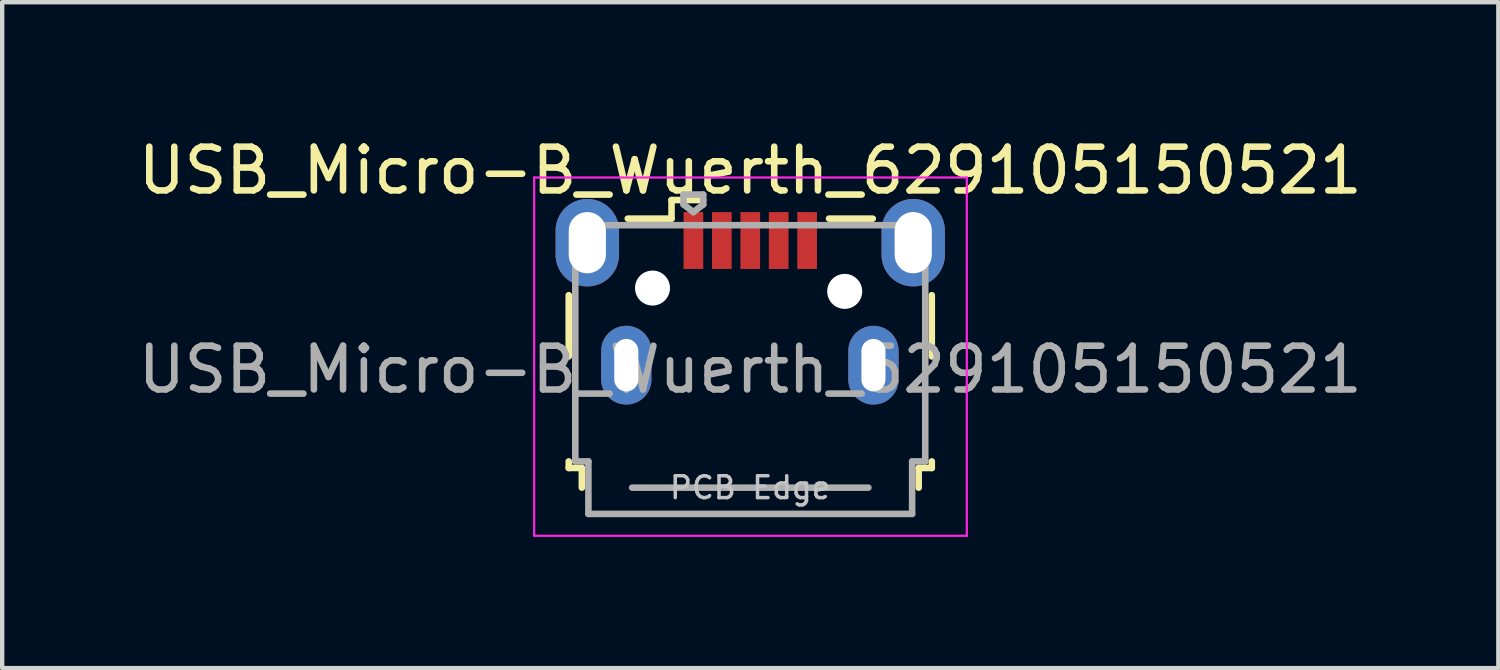
<source format=kicad_pcb>
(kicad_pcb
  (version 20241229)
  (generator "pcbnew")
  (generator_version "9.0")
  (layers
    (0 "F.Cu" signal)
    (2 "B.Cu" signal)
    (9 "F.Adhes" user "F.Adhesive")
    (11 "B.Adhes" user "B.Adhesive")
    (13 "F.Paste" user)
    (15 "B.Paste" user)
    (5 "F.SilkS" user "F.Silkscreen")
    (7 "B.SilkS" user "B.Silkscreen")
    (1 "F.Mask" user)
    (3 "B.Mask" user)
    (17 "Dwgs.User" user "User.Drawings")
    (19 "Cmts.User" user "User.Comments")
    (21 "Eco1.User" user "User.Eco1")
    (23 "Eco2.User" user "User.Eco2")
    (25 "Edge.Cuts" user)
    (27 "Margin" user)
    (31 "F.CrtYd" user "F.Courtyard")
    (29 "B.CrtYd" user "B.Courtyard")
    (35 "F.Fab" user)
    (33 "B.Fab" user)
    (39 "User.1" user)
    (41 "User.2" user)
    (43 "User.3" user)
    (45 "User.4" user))
  (footprint "USB_Micro-B_Wuerth_629105150521"
    (layer "F.Cu")
    (at 14.101 4.348)
    (property "Reference" "USB_Micro-B_Wuerth_629105150521" (at 0 -3.5 0) (layer "F.SilkS") (effects (font (size 1 1) (thickness 0.15))))
    (attr smd)
    (fp_line (start -4.15 -0.65) (end -4.15 0.75) (stroke (width 0.15) (type solid)) (layer "F.SilkS"))
    (fp_line (start -4.15 3.15) (end -4.15 3.3) (stroke (width 0.15) (type solid)) (layer "F.SilkS"))
    (fp_line (start -4.15 3.3) (end -3.85 3.3) (stroke (width 0.15) (type solid)) (layer "F.SilkS"))
    (fp_line (start -3.85 3.3) (end -3.85 3.75) (stroke (width 0.15) (type solid)) (layer "F.SilkS"))
    (fp_line (start -1.8 -2.825) (end -1.8 -2.4) (stroke (width 0.15) (type solid)) (layer "F.SilkS"))
    (fp_line (start -1.8 -2.4) (end -2.8 -2.4) (stroke (width 0.15) (type solid)) (layer "F.SilkS"))
    (fp_line (start -1.075 -2.825) (end -1.8 -2.825) (stroke (width 0.15) (type solid)) (layer "F.SilkS"))
    (fp_line (start 1.8 -2.4) (end 2.8 -2.4) (stroke (width 0.15) (type solid)) (layer "F.SilkS"))
    (fp_line (start 3.85 3.3) (end 4.15 3.3) (stroke (width 0.15) (type solid)) (layer "F.SilkS"))
    (fp_line (start 3.85 3.75) (end 3.85 3.3) (stroke (width 0.15) (type solid)) (layer "F.SilkS"))
    (fp_line (start 4.15 0.75) (end 4.15 -0.65) (stroke (width 0.15) (type solid)) (layer "F.SilkS"))
    (fp_line (start 4.15 3.3) (end 4.15 3.15) (stroke (width 0.15) (type solid)) (layer "F.SilkS"))
    (fp_line (start -4.94 -3.34) (end -4.94 4.85) (stroke (width 0.05) (type solid)) (layer "F.CrtYd"))
    (fp_line (start -4.94 4.85) (end 4.95 4.85) (stroke (width 0.05) (type solid)) (layer "F.CrtYd"))
    (fp_line (start 4.95 -3.34) (end -4.94 -3.34) (stroke (width 0.05) (type solid)) (layer "F.CrtYd"))
    (fp_line (start 4.95 4.85) (end 4.95 -3.34) (stroke (width 0.05) (type solid)) (layer "F.CrtYd"))
    (fp_line (start -4 -2.25) (end -4 3.15) (stroke (width 0.15) (type solid)) (layer "F.Fab"))
    (fp_line (start -4 3.15) (end -3.7 3.15) (stroke (width 0.15) (type solid)) (layer "F.Fab"))
    (fp_line (start -3.7 3.15) (end -3.7 4.35) (stroke (width 0.15) (type solid)) (layer "F.Fab"))
    (fp_line (start -3.7 4.35) (end 3.7 4.35) (stroke (width 0.15) (type solid)) (layer "F.Fab"))
    (fp_line (start -2.7 3.75) (end 2.7 3.75) (stroke (width 0.15) (type solid)) (layer "F.Fab"))
    (fp_line (start -1.525 -2.95) (end -1.075 -2.95) (stroke (width 0.15) (type solid)) (layer "F.Fab"))
    (fp_line (start -1.525 -2.725) (end -1.525 -2.95) (stroke (width 0.15) (type solid)) (layer "F.Fab"))
    (fp_line (start -1.3 -2.55) (end -1.525 -2.725) (stroke (width 0.15) (type solid)) (layer "F.Fab"))
    (fp_line (start -1.075 -2.95) (end -1.075 -2.725) (stroke (width 0.15) (type solid)) (layer "F.Fab"))
    (fp_line (start -1.075 -2.725) (end -1.3 -2.55) (stroke (width 0.15) (type solid)) (layer "F.Fab"))
    (fp_line (start 3.7 3.15) (end 4 3.15) (stroke (width 0.15) (type solid)) (layer "F.Fab"))
    (fp_line (start 3.7 4.35) (end 3.7 3.15) (stroke (width 0.15) (type solid)) (layer "F.Fab"))
    (fp_line (start 4 -2.25) (end -4 -2.25) (stroke (width 0.15) (type solid)) (layer "F.Fab"))
    (fp_line (start 4 3.15) (end 4 -2.25) (stroke (width 0.15) (type solid)) (layer "F.Fab"))
    (fp_text user "PCB Edge" (at 0 3.75 0) (layer "Dwgs.User") (effects (font (size 0.5 0.5) (thickness 0.08))))
    (fp_text user "${REFERENCE}" (at 0 1.05 0) (layer "F.Fab") (effects (font (size 1 1) (thickness 0.15))))
    (pad "" np_thru_hole oval (at -2.235 -0.813) (size 0.8 0.8) (drill 0.8) (layers "*.Cu" "*.Mask"))
    (pad "" np_thru_hole oval (at 2.159 -0.737) (size 0.8 0.8) (drill 0.8) (layers "*.Cu" "*.Mask"))
    (pad "1" smd rect (at -1.3 -1.9) (size 0.45 1.3) (layers "F.Cu" "F.Mask" "F.Paste"))
    (pad "2" smd rect (at -0.65 -1.9) (size 0.45 1.3) (layers "F.Cu" "F.Mask" "F.Paste"))
    (pad "3" smd rect (at 0 -1.9) (size 0.45 1.3) (layers "F.Cu" "F.Mask" "F.Paste"))
    (pad "4" smd rect (at 0.65 -1.9) (size 0.45 1.3) (layers "F.Cu" "F.Mask" "F.Paste"))
    (pad "5" smd rect (at 1.3 -1.9) (size 0.45 1.3) (layers "F.Cu" "F.Mask" "F.Paste"))
    (pad "6" thru_hole oval (at -3.725 -1.85) (size 1.45 2) (drill oval 0.85 1.4) (layers "*.Cu" "*.Mask"))
    (pad "6" thru_hole oval (at -2.834 0.95) (size 1.15 1.8) (drill oval 0.55 1.2) (layers "*.Cu" "*.Mask"))
    (pad "6" thru_hole oval (at 2.816 0.95) (size 1.15 1.8) (drill oval 0.55 1.2) (layers "*.Cu" "*.Mask"))
    (pad "6" thru_hole oval (at 3.725 -1.85) (size 1.45 2) (drill oval 0.85 1.4) (layers "*.Cu" "*.Mask")))
  (gr_rect
    (start -3 -3)
    (end 31.202 12.223)
    (stroke (width 0.1) (type default))
    (fill no)
    (layer "Edge.Cuts")))
</source>
